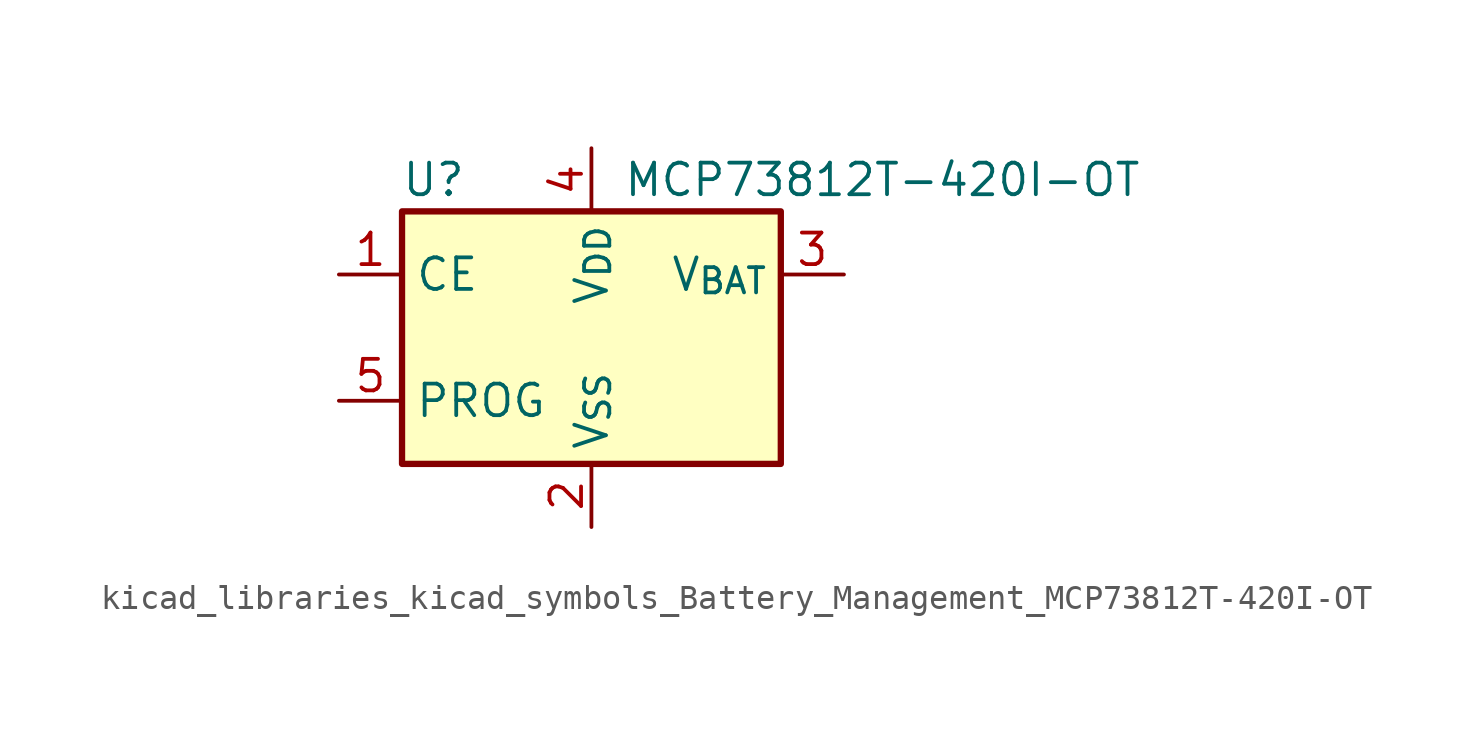
<source format=kicad_sym>
(kicad_symbol_lib
  (version 20220914)
  (generator kicad_symbol_editor)
  (symbol "kicad_libraries_kicad_symbols_Battery_Management_MCP73812T-420I-OT"
    (property "Reference" "U"
      (at -6.35 6.35 0)
      (effects (font (size 1.27 1.27))))
    (property "Value" "MCP73812T-420I-OT"
      (at 1.27 6.35 0)
      (effects (font (size 1.27 1.27)) (justify left)))
    (symbol "kicad_libraries_kicad_symbols_Battery_Management_MCP73812T-420I-OT_0_1"
      (rectangle (start -7.62 5.08) (end 7.62 -5.08) (stroke (width 0.254) (type default)) (fill (type background))))
    (symbol "kicad_libraries_kicad_symbols_Battery_Management_MCP73812T-420I-OT_1_1"
      (pin input line (at -10.16 2.54 0) (length 2.54) (name "CE" (effects (font (size 1.27 1.27)))) (number "1" (effects (font (size 1.27 1.27)))))
      (pin power_in line (at 0 -7.62 90) (length 2.54) (name "V_{SS}" (effects (font (size 1.27 1.27)))) (number "2" (effects (font (size 1.27 1.27)))))
      (pin power_out line (at 10.16 2.54 180) (length 2.54) (name "V_{BAT}" (effects (font (size 1.27 1.27)))) (number "3" (effects (font (size 1.27 1.27)))))
      (pin power_in line (at 0 7.62 270) (length 2.54) (name "V_{DD}" (effects (font (size 1.27 1.27)))) (number "4" (effects (font (size 1.27 1.27)))))
      (pin input line (at -10.16 -2.54 0) (length 2.54) (name "PROG" (effects (font (size 1.27 1.27)))) (number "5" (effects (font (size 1.27 1.27))))))))
</source>
